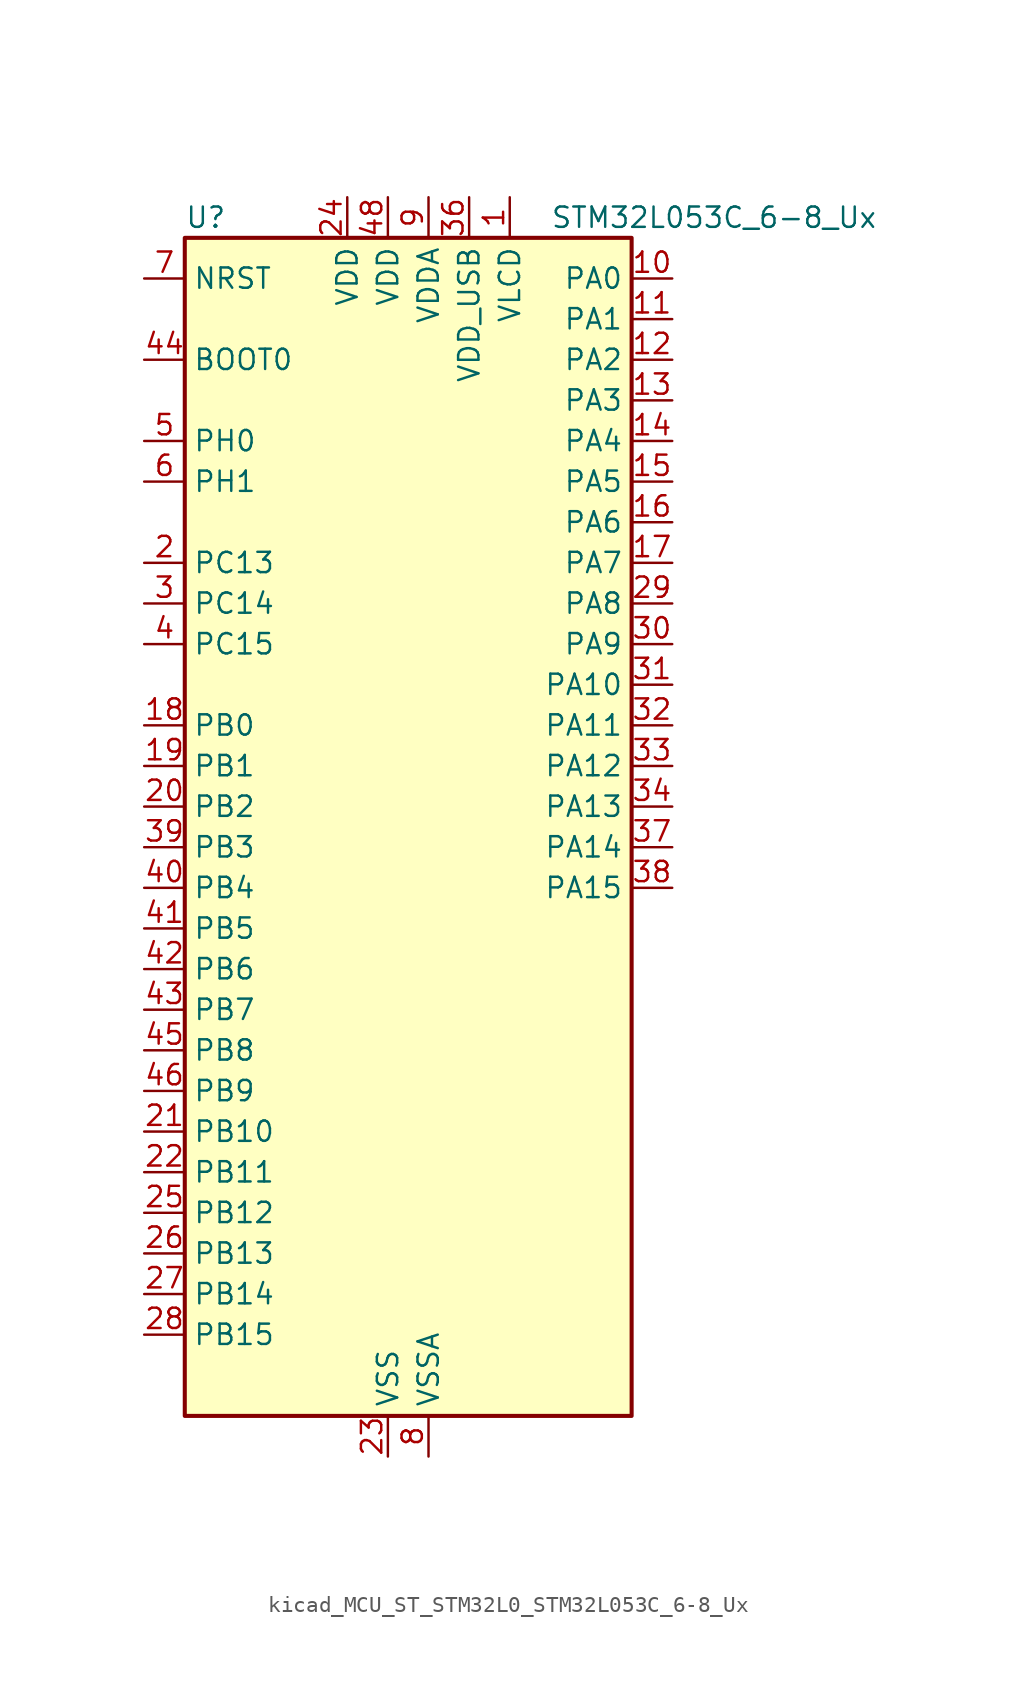
<source format=kicad_sym>
(kicad_symbol_lib
  (version 20220914)
  (generator kicad_symbol_editor)
  (symbol "kicad_MCU_ST_STM32L0_STM32L053C_6-8_Ux"
    (property "Reference" "U"
      (at -12.7 39.37 0)
      (effects (font (size 1.27 1.27)) (justify left)))
    (property "Value" "STM32L053C_6-8_Ux"
      (at 10.16 39.37 0)
      (effects (font (size 1.27 1.27)) (justify left)))
    (property "ki_locked" ""
      (at 0 0 0)
      (effects (font (size 1.27 1.27))))
    (symbol "kicad_MCU_ST_STM32L0_STM32L053C_6-8_Ux_0_1"
      (rectangle (start -12.7 -35.56) (end 15.24 38.1) (stroke (width 0.254) (type default)) (fill (type background))))
    (symbol "kicad_MCU_ST_STM32L0_STM32L053C_6-8_Ux_1_1"
      (pin power_in line (at 7.62 40.64 270) (length 2.54) (name "VLCD" (effects (font (size 1.27 1.27)))) (number "1" (effects (font (size 1.27 1.27)))))
      (pin bidirectional line (at 17.78 35.56 180) (length 2.54) (name "PA0" (effects (font (size 1.27 1.27)))) (number "10" (effects (font (size 1.27 1.27)))) (alternate "ADC_IN0" bidirectional line) (alternate "COMP1_INM" bidirectional line) (alternate "COMP1_OUT" bidirectional line) (alternate "RTC_TAMP2" bidirectional line) (alternate "SYS_WKUP1" bidirectional line) (alternate "TIM2_CH1" bidirectional line) (alternate "TIM2_ETR" bidirectional line) (alternate "TSC_G1_IO1" bidirectional line) (alternate "USART2_CTS" bidirectional line))
      (pin bidirectional line (at 17.78 33.02 180) (length 2.54) (name "PA1" (effects (font (size 1.27 1.27)))) (number "11" (effects (font (size 1.27 1.27)))) (alternate "ADC_IN1" bidirectional line) (alternate "COMP1_INP" bidirectional line) (alternate "LCD_SEG0" bidirectional line) (alternate "TIM21_ETR" bidirectional line) (alternate "TIM2_CH2" bidirectional line) (alternate "TSC_G1_IO2" bidirectional line) (alternate "USART2_DE" bidirectional line) (alternate "USART2_RTS" bidirectional line))
      (pin bidirectional line (at 17.78 30.48 180) (length 2.54) (name "PA2" (effects (font (size 1.27 1.27)))) (number "12" (effects (font (size 1.27 1.27)))) (alternate "ADC_IN2" bidirectional line) (alternate "COMP2_INM" bidirectional line) (alternate "COMP2_OUT" bidirectional line) (alternate "LCD_SEG1" bidirectional line) (alternate "TIM21_CH1" bidirectional line) (alternate "TIM2_CH3" bidirectional line) (alternate "TSC_G1_IO3" bidirectional line) (alternate "USART2_TX" bidirectional line))
      (pin bidirectional line (at 17.78 27.94 180) (length 2.54) (name "PA3" (effects (font (size 1.27 1.27)))) (number "13" (effects (font (size 1.27 1.27)))) (alternate "ADC_IN3" bidirectional line) (alternate "COMP2_INP" bidirectional line) (alternate "LCD_SEG2" bidirectional line) (alternate "TIM21_CH2" bidirectional line) (alternate "TIM2_CH4" bidirectional line) (alternate "TSC_G1_IO4" bidirectional line) (alternate "USART2_RX" bidirectional line))
      (pin bidirectional line (at 17.78 25.4 180) (length 2.54) (name "PA4" (effects (font (size 1.27 1.27)))) (number "14" (effects (font (size 1.27 1.27)))) (alternate "ADC_IN4" bidirectional line) (alternate "COMP1_INM" bidirectional line) (alternate "COMP2_INM" bidirectional line) (alternate "DAC_OUT1" bidirectional line) (alternate "SPI1_NSS" bidirectional line) (alternate "TIM22_ETR" bidirectional line) (alternate "TSC_G2_IO1" bidirectional line) (alternate "USART2_CK" bidirectional line))
      (pin bidirectional line (at 17.78 22.86 180) (length 2.54) (name "PA5" (effects (font (size 1.27 1.27)))) (number "15" (effects (font (size 1.27 1.27)))) (alternate "ADC_IN5" bidirectional line) (alternate "COMP1_INM" bidirectional line) (alternate "COMP2_INM" bidirectional line) (alternate "SPI1_SCK" bidirectional line) (alternate "TIM2_CH1" bidirectional line) (alternate "TIM2_ETR" bidirectional line) (alternate "TSC_G2_IO2" bidirectional line))
      (pin bidirectional line (at 17.78 20.32 180) (length 2.54) (name "PA6" (effects (font (size 1.27 1.27)))) (number "16" (effects (font (size 1.27 1.27)))) (alternate "ADC_IN6" bidirectional line) (alternate "COMP1_OUT" bidirectional line) (alternate "LCD_SEG3" bidirectional line) (alternate "LPUART1_CTS" bidirectional line) (alternate "SPI1_MISO" bidirectional line) (alternate "TIM22_CH1" bidirectional line) (alternate "TSC_G2_IO3" bidirectional line))
      (pin bidirectional line (at 17.78 17.78 180) (length 2.54) (name "PA7" (effects (font (size 1.27 1.27)))) (number "17" (effects (font (size 1.27 1.27)))) (alternate "ADC_IN7" bidirectional line) (alternate "COMP2_OUT" bidirectional line) (alternate "LCD_SEG4" bidirectional line) (alternate "SPI1_MOSI" bidirectional line) (alternate "TIM22_CH2" bidirectional line) (alternate "TSC_G2_IO4" bidirectional line))
      (pin bidirectional line (at -15.24 7.62 0) (length 2.54) (name "PB0" (effects (font (size 1.27 1.27)))) (number "18" (effects (font (size 1.27 1.27)))) (alternate "ADC_IN8" bidirectional line) (alternate "LCD_SEG5" bidirectional line) (alternate "LCD_VLCD3" bidirectional line) (alternate "SYS_VREF_OUT_PB0" bidirectional line) (alternate "TSC_G3_IO2" bidirectional line))
      (pin bidirectional line (at -15.24 5.08 0) (length 2.54) (name "PB1" (effects (font (size 1.27 1.27)))) (number "19" (effects (font (size 1.27 1.27)))) (alternate "ADC_IN9" bidirectional line) (alternate "LCD_SEG6" bidirectional line) (alternate "LPUART1_DE" bidirectional line) (alternate "LPUART1_RTS" bidirectional line) (alternate "SYS_VREF_OUT_PB1" bidirectional line) (alternate "TSC_G3_IO3" bidirectional line))
      (pin bidirectional line (at -15.24 17.78 0) (length 2.54) (name "PC13" (effects (font (size 1.27 1.27)))) (number "2" (effects (font (size 1.27 1.27)))) (alternate "RTC_OUT_ALARM" bidirectional line) (alternate "RTC_OUT_CALIB" bidirectional line) (alternate "RTC_TAMP1" bidirectional line) (alternate "RTC_TS" bidirectional line) (alternate "SYS_WKUP2" bidirectional line))
      (pin bidirectional line (at -15.24 2.54 0) (length 2.54) (name "PB2" (effects (font (size 1.27 1.27)))) (number "20" (effects (font (size 1.27 1.27)))) (alternate "LCD_VLCD1" bidirectional line) (alternate "LPTIM1_OUT" bidirectional line) (alternate "TSC_G3_IO4" bidirectional line))
      (pin bidirectional line (at -15.24 -17.78 0) (length 2.54) (name "PB10" (effects (font (size 1.27 1.27)))) (number "21" (effects (font (size 1.27 1.27)))) (alternate "I2C2_SCL" bidirectional line) (alternate "LCD_SEG10" bidirectional line) (alternate "LPUART1_TX" bidirectional line) (alternate "SPI2_SCK" bidirectional line) (alternate "TIM2_CH3" bidirectional line) (alternate "TSC_SYNC" bidirectional line))
      (pin bidirectional line (at -15.24 -20.32 0) (length 2.54) (name "PB11" (effects (font (size 1.27 1.27)))) (number "22" (effects (font (size 1.27 1.27)))) (alternate "ADC_EXTI11" bidirectional line) (alternate "I2C2_SDA" bidirectional line) (alternate "LCD_SEG11" bidirectional line) (alternate "LPUART1_RX" bidirectional line) (alternate "TIM2_CH4" bidirectional line) (alternate "TSC_G6_IO1" bidirectional line))
      (pin power_in line (at 0 -38.1 90) (length 2.54) (name "VSS" (effects (font (size 1.27 1.27)))) (number "23" (effects (font (size 1.27 1.27)))))
      (pin power_in line (at -2.54 40.64 270) (length 2.54) (name "VDD" (effects (font (size 1.27 1.27)))) (number "24" (effects (font (size 1.27 1.27)))))
      (pin bidirectional line (at -15.24 -22.86 0) (length 2.54) (name "PB12" (effects (font (size 1.27 1.27)))) (number "25" (effects (font (size 1.27 1.27)))) (alternate "I2S2_WS" bidirectional line) (alternate "LCD_SEG12" bidirectional line) (alternate "LCD_VLCD2" bidirectional line) (alternate "LPUART1_DE" bidirectional line) (alternate "LPUART1_RTS" bidirectional line) (alternate "SPI2_NSS" bidirectional line) (alternate "TSC_G6_IO2" bidirectional line))
      (pin bidirectional line (at -15.24 -25.4 0) (length 2.54) (name "PB13" (effects (font (size 1.27 1.27)))) (number "26" (effects (font (size 1.27 1.27)))) (alternate "I2C2_SCL" bidirectional line) (alternate "I2S2_CK" bidirectional line) (alternate "LCD_SEG13" bidirectional line) (alternate "LPUART1_CTS" bidirectional line) (alternate "SPI2_SCK" bidirectional line) (alternate "TIM21_CH1" bidirectional line) (alternate "TSC_G6_IO3" bidirectional line))
      (pin bidirectional line (at -15.24 -27.94 0) (length 2.54) (name "PB14" (effects (font (size 1.27 1.27)))) (number "27" (effects (font (size 1.27 1.27)))) (alternate "I2C2_SDA" bidirectional line) (alternate "I2S2_MCK" bidirectional line) (alternate "LCD_SEG14" bidirectional line) (alternate "LPUART1_DE" bidirectional line) (alternate "LPUART1_RTS" bidirectional line) (alternate "RTC_OUT_ALARM" bidirectional line) (alternate "RTC_OUT_CALIB" bidirectional line) (alternate "SPI2_MISO" bidirectional line) (alternate "TIM21_CH2" bidirectional line) (alternate "TSC_G6_IO4" bidirectional line))
      (pin bidirectional line (at -15.24 -30.48 0) (length 2.54) (name "PB15" (effects (font (size 1.27 1.27)))) (number "28" (effects (font (size 1.27 1.27)))) (alternate "I2S2_SD" bidirectional line) (alternate "LCD_SEG15" bidirectional line) (alternate "RTC_REFIN" bidirectional line) (alternate "SPI2_MOSI" bidirectional line))
      (pin bidirectional line (at 17.78 15.24 180) (length 2.54) (name "PA8" (effects (font (size 1.27 1.27)))) (number "29" (effects (font (size 1.27 1.27)))) (alternate "CRS_SYNC" bidirectional line) (alternate "LCD_COM0" bidirectional line) (alternate "RCC_MCO" bidirectional line) (alternate "USART1_CK" bidirectional line))
      (pin bidirectional line (at -15.24 15.24 0) (length 2.54) (name "PC14" (effects (font (size 1.27 1.27)))) (number "3" (effects (font (size 1.27 1.27)))) (alternate "RCC_OSC32_IN" bidirectional line))
      (pin bidirectional line (at 17.78 12.7 180) (length 2.54) (name "PA9" (effects (font (size 1.27 1.27)))) (number "30" (effects (font (size 1.27 1.27)))) (alternate "DAC_EXTI9" bidirectional line) (alternate "LCD_COM1" bidirectional line) (alternate "RCC_MCO" bidirectional line) (alternate "TSC_G4_IO1" bidirectional line) (alternate "USART1_TX" bidirectional line))
      (pin bidirectional line (at 17.78 10.16 180) (length 2.54) (name "PA10" (effects (font (size 1.27 1.27)))) (number "31" (effects (font (size 1.27 1.27)))) (alternate "LCD_COM2" bidirectional line) (alternate "TSC_G4_IO2" bidirectional line) (alternate "USART1_RX" bidirectional line))
      (pin bidirectional line (at 17.78 7.62 180) (length 2.54) (name "PA11" (effects (font (size 1.27 1.27)))) (number "32" (effects (font (size 1.27 1.27)))) (alternate "ADC_EXTI11" bidirectional line) (alternate "COMP1_OUT" bidirectional line) (alternate "SPI1_MISO" bidirectional line) (alternate "TSC_G4_IO3" bidirectional line) (alternate "USART1_CTS" bidirectional line) (alternate "USB_DM" bidirectional line))
      (pin bidirectional line (at 17.78 5.08 180) (length 2.54) (name "PA12" (effects (font (size 1.27 1.27)))) (number "33" (effects (font (size 1.27 1.27)))) (alternate "COMP2_OUT" bidirectional line) (alternate "SPI1_MOSI" bidirectional line) (alternate "TSC_G4_IO4" bidirectional line) (alternate "USART1_DE" bidirectional line) (alternate "USART1_RTS" bidirectional line) (alternate "USB_DP" bidirectional line))
      (pin bidirectional line (at 17.78 2.54 180) (length 2.54) (name "PA13" (effects (font (size 1.27 1.27)))) (number "34" (effects (font (size 1.27 1.27)))) (alternate "SYS_SWDIO" bidirectional line) (alternate "USB_NOE" bidirectional line))
      (pin passive line (at 0 -38.1 90) (length 2.54) hide (name "VSS" (effects (font (size 1.27 1.27)))) (number "35" (effects (font (size 1.27 1.27)))))
      (pin power_in line (at 5.08 40.64 270) (length 2.54) (name "VDD_USB" (effects (font (size 1.27 1.27)))) (number "36" (effects (font (size 1.27 1.27)))))
      (pin bidirectional line (at 17.78 0 180) (length 2.54) (name "PA14" (effects (font (size 1.27 1.27)))) (number "37" (effects (font (size 1.27 1.27)))) (alternate "SYS_SWCLK" bidirectional line) (alternate "USART2_TX" bidirectional line))
      (pin bidirectional line (at 17.78 -2.54 180) (length 2.54) (name "PA15" (effects (font (size 1.27 1.27)))) (number "38" (effects (font (size 1.27 1.27)))) (alternate "LCD_SEG17" bidirectional line) (alternate "SPI1_NSS" bidirectional line) (alternate "TIM2_CH1" bidirectional line) (alternate "TIM2_ETR" bidirectional line) (alternate "USART2_RX" bidirectional line))
      (pin bidirectional line (at -15.24 0 0) (length 2.54) (name "PB3" (effects (font (size 1.27 1.27)))) (number "39" (effects (font (size 1.27 1.27)))) (alternate "COMP2_INM" bidirectional line) (alternate "LCD_SEG7" bidirectional line) (alternate "SPI1_SCK" bidirectional line) (alternate "TIM2_CH2" bidirectional line) (alternate "TSC_G5_IO1" bidirectional line))
      (pin bidirectional line (at -15.24 12.7 0) (length 2.54) (name "PC15" (effects (font (size 1.27 1.27)))) (number "4" (effects (font (size 1.27 1.27)))) (alternate "RCC_OSC32_OUT" bidirectional line))
      (pin bidirectional line (at -15.24 -2.54 0) (length 2.54) (name "PB4" (effects (font (size 1.27 1.27)))) (number "40" (effects (font (size 1.27 1.27)))) (alternate "COMP2_INP" bidirectional line) (alternate "LCD_SEG8" bidirectional line) (alternate "SPI1_MISO" bidirectional line) (alternate "TIM22_CH1" bidirectional line) (alternate "TSC_G5_IO2" bidirectional line))
      (pin bidirectional line (at -15.24 -5.08 0) (length 2.54) (name "PB5" (effects (font (size 1.27 1.27)))) (number "41" (effects (font (size 1.27 1.27)))) (alternate "COMP2_INP" bidirectional line) (alternate "I2C1_SMBA" bidirectional line) (alternate "LCD_SEG9" bidirectional line) (alternate "LPTIM1_IN1" bidirectional line) (alternate "SPI1_MOSI" bidirectional line) (alternate "TIM22_CH2" bidirectional line))
      (pin bidirectional line (at -15.24 -7.62 0) (length 2.54) (name "PB6" (effects (font (size 1.27 1.27)))) (number "42" (effects (font (size 1.27 1.27)))) (alternate "COMP2_INP" bidirectional line) (alternate "I2C1_SCL" bidirectional line) (alternate "LPTIM1_ETR" bidirectional line) (alternate "TSC_G5_IO3" bidirectional line) (alternate "USART1_TX" bidirectional line))
      (pin bidirectional line (at -15.24 -10.16 0) (length 2.54) (name "PB7" (effects (font (size 1.27 1.27)))) (number "43" (effects (font (size 1.27 1.27)))) (alternate "COMP2_INP" bidirectional line) (alternate "I2C1_SDA" bidirectional line) (alternate "LPTIM1_IN2" bidirectional line) (alternate "SYS_PVD_IN" bidirectional line) (alternate "TSC_G5_IO4" bidirectional line) (alternate "USART1_RX" bidirectional line))
      (pin input line (at -15.24 30.48 0) (length 2.54) (name "BOOT0" (effects (font (size 1.27 1.27)))) (number "44" (effects (font (size 1.27 1.27)))))
      (pin bidirectional line (at -15.24 -12.7 0) (length 2.54) (name "PB8" (effects (font (size 1.27 1.27)))) (number "45" (effects (font (size 1.27 1.27)))) (alternate "I2C1_SCL" bidirectional line) (alternate "LCD_SEG16" bidirectional line) (alternate "TSC_SYNC" bidirectional line))
      (pin bidirectional line (at -15.24 -15.24 0) (length 2.54) (name "PB9" (effects (font (size 1.27 1.27)))) (number "46" (effects (font (size 1.27 1.27)))) (alternate "DAC_EXTI9" bidirectional line) (alternate "I2C1_SDA" bidirectional line) (alternate "I2S2_WS" bidirectional line) (alternate "LCD_COM3" bidirectional line) (alternate "SPI2_NSS" bidirectional line))
      (pin passive line (at 0 -38.1 90) (length 2.54) hide (name "VSS" (effects (font (size 1.27 1.27)))) (number "47" (effects (font (size 1.27 1.27)))))
      (pin power_in line (at 0 40.64 270) (length 2.54) (name "VDD" (effects (font (size 1.27 1.27)))) (number "48" (effects (font (size 1.27 1.27)))))
      (pin passive line (at 0 -38.1 90) (length 2.54) hide (name "VSS" (effects (font (size 1.27 1.27)))) (number "49" (effects (font (size 1.27 1.27)))))
      (pin bidirectional line (at -15.24 25.4 0) (length 2.54) (name "PH0" (effects (font (size 1.27 1.27)))) (number "5" (effects (font (size 1.27 1.27)))) (alternate "CRS_SYNC" bidirectional line) (alternate "RCC_OSC_IN" bidirectional line))
      (pin bidirectional line (at -15.24 22.86 0) (length 2.54) (name "PH1" (effects (font (size 1.27 1.27)))) (number "6" (effects (font (size 1.27 1.27)))) (alternate "RCC_OSC_OUT" bidirectional line))
      (pin input line (at -15.24 35.56 0) (length 2.54) (name "NRST" (effects (font (size 1.27 1.27)))) (number "7" (effects (font (size 1.27 1.27)))))
      (pin power_in line (at 2.54 -38.1 90) (length 2.54) (name "VSSA" (effects (font (size 1.27 1.27)))) (number "8" (effects (font (size 1.27 1.27)))))
      (pin power_in line (at 2.54 40.64 270) (length 2.54) (name "VDDA" (effects (font (size 1.27 1.27)))) (number "9" (effects (font (size 1.27 1.27))))))))
</source>
